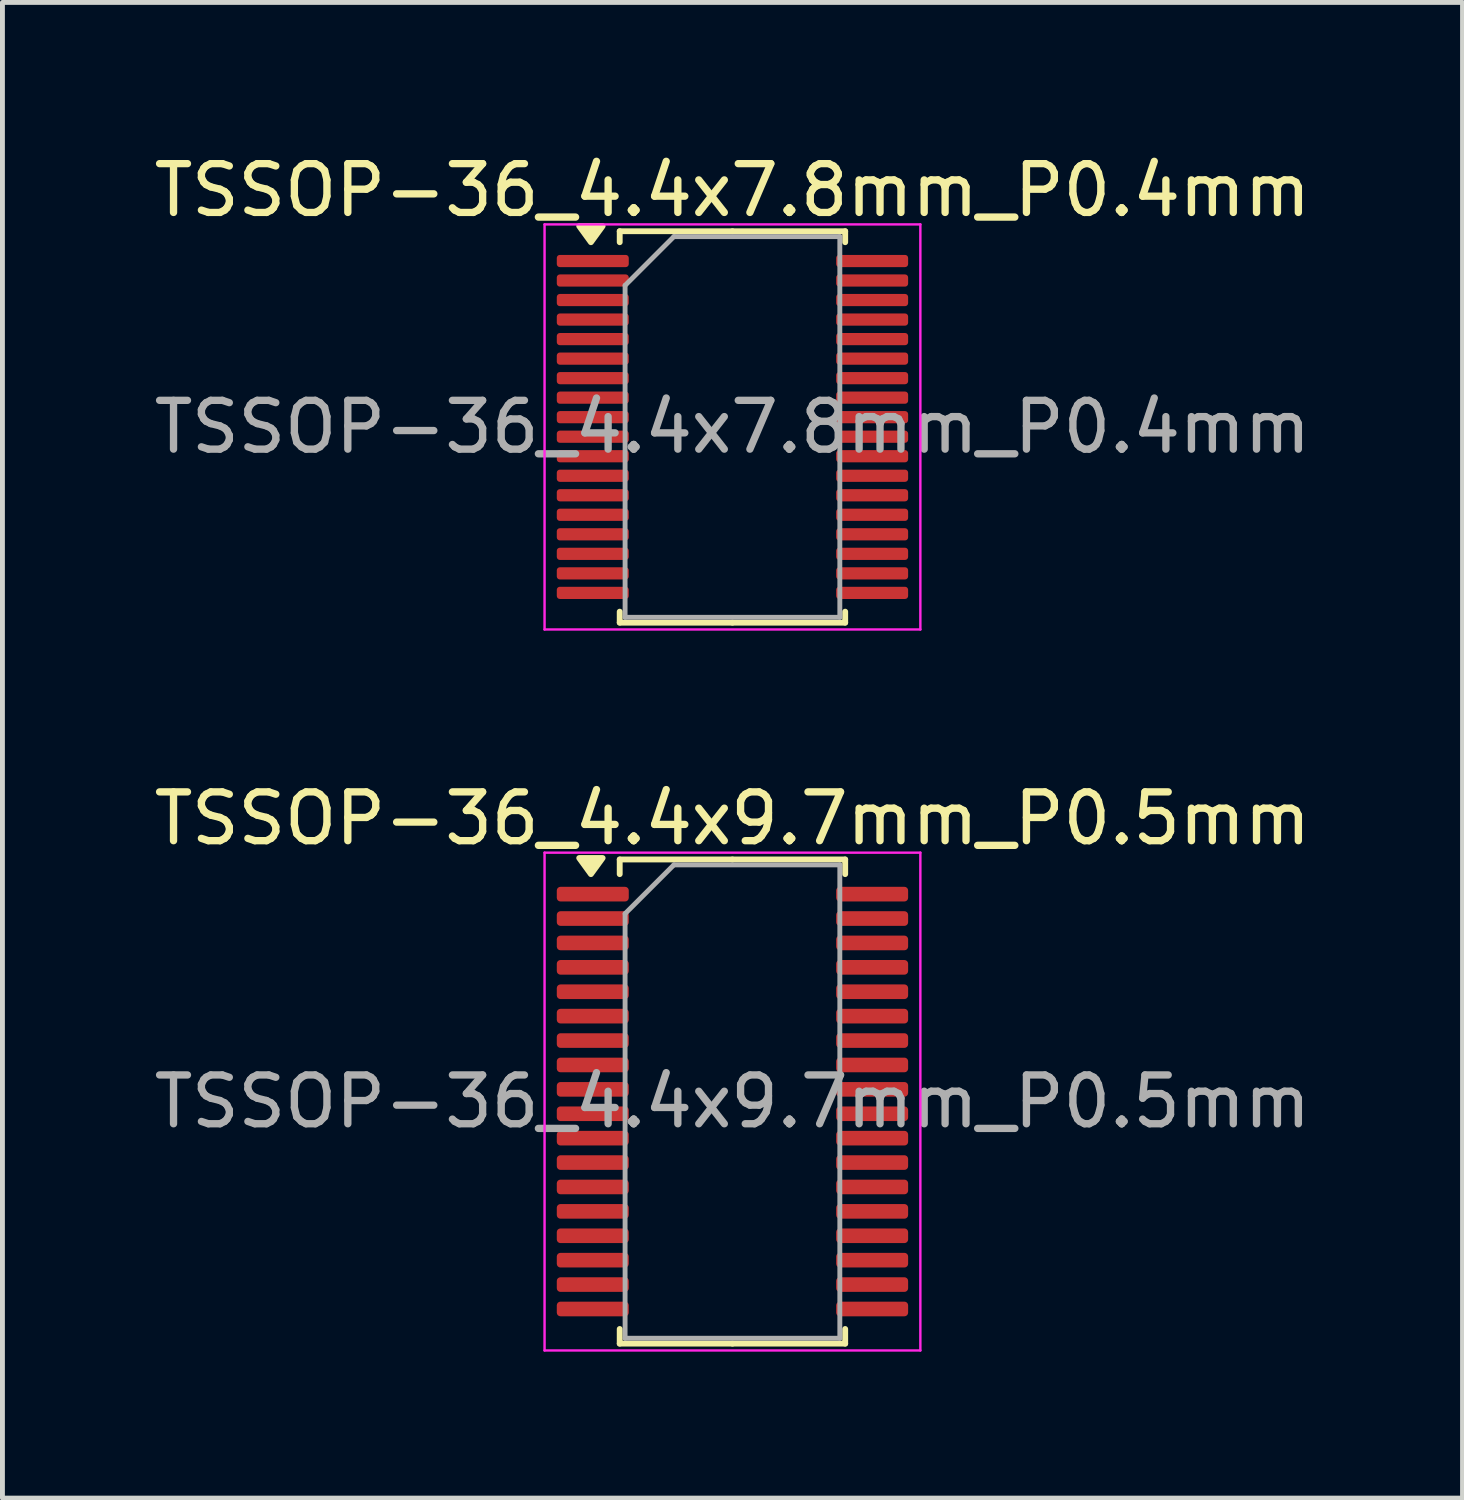
<source format=kicad_pcb>
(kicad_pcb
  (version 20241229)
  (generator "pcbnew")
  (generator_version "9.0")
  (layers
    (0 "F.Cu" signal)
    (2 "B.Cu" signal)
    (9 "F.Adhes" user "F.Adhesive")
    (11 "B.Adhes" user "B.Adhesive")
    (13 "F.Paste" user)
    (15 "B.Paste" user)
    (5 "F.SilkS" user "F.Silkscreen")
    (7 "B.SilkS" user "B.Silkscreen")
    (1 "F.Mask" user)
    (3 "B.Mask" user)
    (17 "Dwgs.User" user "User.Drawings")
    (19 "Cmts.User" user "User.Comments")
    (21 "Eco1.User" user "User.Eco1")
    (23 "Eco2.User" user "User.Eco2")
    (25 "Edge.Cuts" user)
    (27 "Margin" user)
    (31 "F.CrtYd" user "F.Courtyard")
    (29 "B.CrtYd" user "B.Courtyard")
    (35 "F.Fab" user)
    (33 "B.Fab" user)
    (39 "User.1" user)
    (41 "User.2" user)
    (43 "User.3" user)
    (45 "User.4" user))
  (footprint "TSSOP-36_4.4x9.7mm_P0.5mm"
    (layer "F.Cu")
    (at 11.958 19.521)
    (property "Reference" "TSSOP-36_4.4x9.7mm_P0.5mm" (at 0 -5.8 0) (layer "F.SilkS") (effects (font (size 1 1) (thickness 0.15))))
    (attr smd)
    (fp_line (start -2.31 -4.96) (end -2.31 -4.66) (stroke (width 0.12) (type solid)) (layer "F.SilkS"))
    (fp_line (start -2.31 4.96) (end -2.31 4.66) (stroke (width 0.12) (type solid)) (layer "F.SilkS"))
    (fp_line (start 0 -4.96) (end -2.31 -4.96) (stroke (width 0.12) (type solid)) (layer "F.SilkS"))
    (fp_line (start 0 -4.96) (end 2.31 -4.96) (stroke (width 0.12) (type solid)) (layer "F.SilkS"))
    (fp_line (start 0 4.96) (end -2.31 4.96) (stroke (width 0.12) (type solid)) (layer "F.SilkS"))
    (fp_line (start 0 4.96) (end 2.31 4.96) (stroke (width 0.12) (type solid)) (layer "F.SilkS"))
    (fp_line (start 2.31 -4.96) (end 2.31 -4.66) (stroke (width 0.12) (type solid)) (layer "F.SilkS"))
    (fp_line (start 2.31 4.96) (end 2.31 4.66) (stroke (width 0.12) (type solid)) (layer "F.SilkS"))
    (fp_poly (pts (xy -2.9 -4.66) (xy -3.14 -4.99) (xy -2.66 -4.99) (xy -2.9 -4.66)) (stroke (width 0.12) (type solid)) (fill yes) (layer "F.SilkS"))
    (fp_line (start -3.85 -5.1) (end -3.85 5.1) (stroke (width 0.05) (type solid)) (layer "F.CrtYd"))
    (fp_line (start -3.85 5.1) (end 3.85 5.1) (stroke (width 0.05) (type solid)) (layer "F.CrtYd"))
    (fp_line (start 3.85 -5.1) (end -3.85 -5.1) (stroke (width 0.05) (type solid)) (layer "F.CrtYd"))
    (fp_line (start 3.85 5.1) (end 3.85 -5.1) (stroke (width 0.05) (type solid)) (layer "F.CrtYd"))
    (fp_line (start -2.2 -3.85) (end -1.2 -4.85) (stroke (width 0.1) (type solid)) (layer "F.Fab"))
    (fp_line (start -2.2 4.85) (end -2.2 -3.85) (stroke (width 0.1) (type solid)) (layer "F.Fab"))
    (fp_line (start -1.2 -4.85) (end 2.2 -4.85) (stroke (width 0.1) (type solid)) (layer "F.Fab"))
    (fp_line (start 2.2 -4.85) (end 2.2 4.85) (stroke (width 0.1) (type solid)) (layer "F.Fab"))
    (fp_line (start 2.2 4.85) (end -2.2 4.85) (stroke (width 0.1) (type solid)) (layer "F.Fab"))
    (fp_text user "${REFERENCE}" (at 0 0 0) (layer "F.Fab") (effects (font (size 1 1) (thickness 0.15))))
    (pad "1" smd roundrect (at -2.862 -4.25) (size 1.475 0.3) (layers "F.Cu" "F.Mask" "F.Paste") (roundrect_rratio 0.25))
    (pad "2" smd roundrect (at -2.862 -3.75) (size 1.475 0.3) (layers "F.Cu" "F.Mask" "F.Paste") (roundrect_rratio 0.25))
    (pad "3" smd roundrect (at -2.862 -3.25) (size 1.475 0.3) (layers "F.Cu" "F.Mask" "F.Paste") (roundrect_rratio 0.25))
    (pad "4" smd roundrect (at -2.862 -2.75) (size 1.475 0.3) (layers "F.Cu" "F.Mask" "F.Paste") (roundrect_rratio 0.25))
    (pad "5" smd roundrect (at -2.862 -2.25) (size 1.475 0.3) (layers "F.Cu" "F.Mask" "F.Paste") (roundrect_rratio 0.25))
    (pad "6" smd roundrect (at -2.862 -1.75) (size 1.475 0.3) (layers "F.Cu" "F.Mask" "F.Paste") (roundrect_rratio 0.25))
    (pad "7" smd roundrect (at -2.862 -1.25) (size 1.475 0.3) (layers "F.Cu" "F.Mask" "F.Paste") (roundrect_rratio 0.25))
    (pad "8" smd roundrect (at -2.862 -0.75) (size 1.475 0.3) (layers "F.Cu" "F.Mask" "F.Paste") (roundrect_rratio 0.25))
    (pad "9" smd roundrect (at -2.862 -0.25) (size 1.475 0.3) (layers "F.Cu" "F.Mask" "F.Paste") (roundrect_rratio 0.25))
    (pad "10" smd roundrect (at -2.862 0.25) (size 1.475 0.3) (layers "F.Cu" "F.Mask" "F.Paste") (roundrect_rratio 0.25))
    (pad "11" smd roundrect (at -2.862 0.75) (size 1.475 0.3) (layers "F.Cu" "F.Mask" "F.Paste") (roundrect_rratio 0.25))
    (pad "12" smd roundrect (at -2.862 1.25) (size 1.475 0.3) (layers "F.Cu" "F.Mask" "F.Paste") (roundrect_rratio 0.25))
    (pad "13" smd roundrect (at -2.862 1.75) (size 1.475 0.3) (layers "F.Cu" "F.Mask" "F.Paste") (roundrect_rratio 0.25))
    (pad "14" smd roundrect (at -2.862 2.25) (size 1.475 0.3) (layers "F.Cu" "F.Mask" "F.Paste") (roundrect_rratio 0.25))
    (pad "15" smd roundrect (at -2.862 2.75) (size 1.475 0.3) (layers "F.Cu" "F.Mask" "F.Paste") (roundrect_rratio 0.25))
    (pad "16" smd roundrect (at -2.862 3.25) (size 1.475 0.3) (layers "F.Cu" "F.Mask" "F.Paste") (roundrect_rratio 0.25))
    (pad "17" smd roundrect (at -2.862 3.75) (size 1.475 0.3) (layers "F.Cu" "F.Mask" "F.Paste") (roundrect_rratio 0.25))
    (pad "18" smd roundrect (at -2.862 4.25) (size 1.475 0.3) (layers "F.Cu" "F.Mask" "F.Paste") (roundrect_rratio 0.25))
    (pad "19" smd roundrect (at 2.862 4.25) (size 1.475 0.3) (layers "F.Cu" "F.Mask" "F.Paste") (roundrect_rratio 0.25))
    (pad "20" smd roundrect (at 2.862 3.75) (size 1.475 0.3) (layers "F.Cu" "F.Mask" "F.Paste") (roundrect_rratio 0.25))
    (pad "21" smd roundrect (at 2.862 3.25) (size 1.475 0.3) (layers "F.Cu" "F.Mask" "F.Paste") (roundrect_rratio 0.25))
    (pad "22" smd roundrect (at 2.862 2.75) (size 1.475 0.3) (layers "F.Cu" "F.Mask" "F.Paste") (roundrect_rratio 0.25))
    (pad "23" smd roundrect (at 2.862 2.25) (size 1.475 0.3) (layers "F.Cu" "F.Mask" "F.Paste") (roundrect_rratio 0.25))
    (pad "24" smd roundrect (at 2.862 1.75) (size 1.475 0.3) (layers "F.Cu" "F.Mask" "F.Paste") (roundrect_rratio 0.25))
    (pad "25" smd roundrect (at 2.862 1.25) (size 1.475 0.3) (layers "F.Cu" "F.Mask" "F.Paste") (roundrect_rratio 0.25))
    (pad "26" smd roundrect (at 2.862 0.75) (size 1.475 0.3) (layers "F.Cu" "F.Mask" "F.Paste") (roundrect_rratio 0.25))
    (pad "27" smd roundrect (at 2.862 0.25) (size 1.475 0.3) (layers "F.Cu" "F.Mask" "F.Paste") (roundrect_rratio 0.25))
    (pad "28" smd roundrect (at 2.862 -0.25) (size 1.475 0.3) (layers "F.Cu" "F.Mask" "F.Paste") (roundrect_rratio 0.25))
    (pad "29" smd roundrect (at 2.862 -0.75) (size 1.475 0.3) (layers "F.Cu" "F.Mask" "F.Paste") (roundrect_rratio 0.25))
    (pad "30" smd roundrect (at 2.862 -1.25) (size 1.475 0.3) (layers "F.Cu" "F.Mask" "F.Paste") (roundrect_rratio 0.25))
    (pad "31" smd roundrect (at 2.862 -1.75) (size 1.475 0.3) (layers "F.Cu" "F.Mask" "F.Paste") (roundrect_rratio 0.25))
    (pad "32" smd roundrect (at 2.862 -2.25) (size 1.475 0.3) (layers "F.Cu" "F.Mask" "F.Paste") (roundrect_rratio 0.25))
    (pad "33" smd roundrect (at 2.862 -2.75) (size 1.475 0.3) (layers "F.Cu" "F.Mask" "F.Paste") (roundrect_rratio 0.25))
    (pad "34" smd roundrect (at 2.862 -3.25) (size 1.475 0.3) (layers "F.Cu" "F.Mask" "F.Paste") (roundrect_rratio 0.25))
    (pad "35" smd roundrect (at 2.862 -3.75) (size 1.475 0.3) (layers "F.Cu" "F.Mask" "F.Paste") (roundrect_rratio 0.25))
    (pad "36" smd roundrect (at 2.862 -4.25) (size 1.475 0.3) (layers "F.Cu" "F.Mask" "F.Paste") (roundrect_rratio 0.25)))
  (footprint "TSSOP-36_4.4x7.8mm_P0.4mm"
    (layer "F.Cu")
    (at 11.958 5.698)
    (property "Reference" "TSSOP-36_4.4x7.8mm_P0.4mm" (at 0 -4.85 0) (layer "F.SilkS") (effects (font (size 1 1) (thickness 0.15))))
    (attr smd)
    (fp_line (start -2.31 -4.01) (end -2.31 -3.785) (stroke (width 0.12) (type solid)) (layer "F.SilkS"))
    (fp_line (start -2.31 4.01) (end -2.31 3.785) (stroke (width 0.12) (type solid)) (layer "F.SilkS"))
    (fp_line (start 0 -4.01) (end -2.31 -4.01) (stroke (width 0.12) (type solid)) (layer "F.SilkS"))
    (fp_line (start 0 -4.01) (end 2.31 -4.01) (stroke (width 0.12) (type solid)) (layer "F.SilkS"))
    (fp_line (start 0 4.01) (end -2.31 4.01) (stroke (width 0.12) (type solid)) (layer "F.SilkS"))
    (fp_line (start 0 4.01) (end 2.31 4.01) (stroke (width 0.12) (type solid)) (layer "F.SilkS"))
    (fp_line (start 2.31 -4.01) (end 2.31 -3.785) (stroke (width 0.12) (type solid)) (layer "F.SilkS"))
    (fp_line (start 2.31 4.01) (end 2.31 3.785) (stroke (width 0.12) (type solid)) (layer "F.SilkS"))
    (fp_poly (pts (xy -2.9 -3.785) (xy -3.14 -4.115) (xy -2.66 -4.115) (xy -2.9 -3.785)) (stroke (width 0.12) (type solid)) (fill yes) (layer "F.SilkS"))
    (fp_line (start -3.85 -4.15) (end -3.85 4.15) (stroke (width 0.05) (type solid)) (layer "F.CrtYd"))
    (fp_line (start -3.85 4.15) (end 3.85 4.15) (stroke (width 0.05) (type solid)) (layer "F.CrtYd"))
    (fp_line (start 3.85 -4.15) (end -3.85 -4.15) (stroke (width 0.05) (type solid)) (layer "F.CrtYd"))
    (fp_line (start 3.85 4.15) (end 3.85 -4.15) (stroke (width 0.05) (type solid)) (layer "F.CrtYd"))
    (fp_line (start -2.2 -2.9) (end -1.2 -3.9) (stroke (width 0.1) (type solid)) (layer "F.Fab"))
    (fp_line (start -2.2 3.9) (end -2.2 -2.9) (stroke (width 0.1) (type solid)) (layer "F.Fab"))
    (fp_line (start -1.2 -3.9) (end 2.2 -3.9) (stroke (width 0.1) (type solid)) (layer "F.Fab"))
    (fp_line (start 2.2 -3.9) (end 2.2 3.9) (stroke (width 0.1) (type solid)) (layer "F.Fab"))
    (fp_line (start 2.2 3.9) (end -2.2 3.9) (stroke (width 0.1) (type solid)) (layer "F.Fab"))
    (fp_text user "${REFERENCE}" (at 0 0 0) (layer "F.Fab") (effects (font (size 1 1) (thickness 0.15))))
    (pad "1" smd roundrect (at -2.862 -3.4) (size 1.475 0.25) (layers "F.Cu" "F.Mask" "F.Paste") (roundrect_rratio 0.25))
    (pad "2" smd roundrect (at -2.862 -3) (size 1.475 0.25) (layers "F.Cu" "F.Mask" "F.Paste") (roundrect_rratio 0.25))
    (pad "3" smd roundrect (at -2.862 -2.6) (size 1.475 0.25) (layers "F.Cu" "F.Mask" "F.Paste") (roundrect_rratio 0.25))
    (pad "4" smd roundrect (at -2.862 -2.2) (size 1.475 0.25) (layers "F.Cu" "F.Mask" "F.Paste") (roundrect_rratio 0.25))
    (pad "5" smd roundrect (at -2.862 -1.8) (size 1.475 0.25) (layers "F.Cu" "F.Mask" "F.Paste") (roundrect_rratio 0.25))
    (pad "6" smd roundrect (at -2.862 -1.4) (size 1.475 0.25) (layers "F.Cu" "F.Mask" "F.Paste") (roundrect_rratio 0.25))
    (pad "7" smd roundrect (at -2.862 -1) (size 1.475 0.25) (layers "F.Cu" "F.Mask" "F.Paste") (roundrect_rratio 0.25))
    (pad "8" smd roundrect (at -2.862 -0.6) (size 1.475 0.25) (layers "F.Cu" "F.Mask" "F.Paste") (roundrect_rratio 0.25))
    (pad "9" smd roundrect (at -2.862 -0.2) (size 1.475 0.25) (layers "F.Cu" "F.Mask" "F.Paste") (roundrect_rratio 0.25))
    (pad "10" smd roundrect (at -2.862 0.2) (size 1.475 0.25) (layers "F.Cu" "F.Mask" "F.Paste") (roundrect_rratio 0.25))
    (pad "11" smd roundrect (at -2.862 0.6) (size 1.475 0.25) (layers "F.Cu" "F.Mask" "F.Paste") (roundrect_rratio 0.25))
    (pad "12" smd roundrect (at -2.862 1) (size 1.475 0.25) (layers "F.Cu" "F.Mask" "F.Paste") (roundrect_rratio 0.25))
    (pad "13" smd roundrect (at -2.862 1.4) (size 1.475 0.25) (layers "F.Cu" "F.Mask" "F.Paste") (roundrect_rratio 0.25))
    (pad "14" smd roundrect (at -2.862 1.8) (size 1.475 0.25) (layers "F.Cu" "F.Mask" "F.Paste") (roundrect_rratio 0.25))
    (pad "15" smd roundrect (at -2.862 2.2) (size 1.475 0.25) (layers "F.Cu" "F.Mask" "F.Paste") (roundrect_rratio 0.25))
    (pad "16" smd roundrect (at -2.862 2.6) (size 1.475 0.25) (layers "F.Cu" "F.Mask" "F.Paste") (roundrect_rratio 0.25))
    (pad "17" smd roundrect (at -2.862 3) (size 1.475 0.25) (layers "F.Cu" "F.Mask" "F.Paste") (roundrect_rratio 0.25))
    (pad "18" smd roundrect (at -2.862 3.4) (size 1.475 0.25) (layers "F.Cu" "F.Mask" "F.Paste") (roundrect_rratio 0.25))
    (pad "19" smd roundrect (at 2.862 3.4) (size 1.475 0.25) (layers "F.Cu" "F.Mask" "F.Paste") (roundrect_rratio 0.25))
    (pad "20" smd roundrect (at 2.862 3) (size 1.475 0.25) (layers "F.Cu" "F.Mask" "F.Paste") (roundrect_rratio 0.25))
    (pad "21" smd roundrect (at 2.862 2.6) (size 1.475 0.25) (layers "F.Cu" "F.Mask" "F.Paste") (roundrect_rratio 0.25))
    (pad "22" smd roundrect (at 2.862 2.2) (size 1.475 0.25) (layers "F.Cu" "F.Mask" "F.Paste") (roundrect_rratio 0.25))
    (pad "23" smd roundrect (at 2.862 1.8) (size 1.475 0.25) (layers "F.Cu" "F.Mask" "F.Paste") (roundrect_rratio 0.25))
    (pad "24" smd roundrect (at 2.862 1.4) (size 1.475 0.25) (layers "F.Cu" "F.Mask" "F.Paste") (roundrect_rratio 0.25))
    (pad "25" smd roundrect (at 2.862 1) (size 1.475 0.25) (layers "F.Cu" "F.Mask" "F.Paste") (roundrect_rratio 0.25))
    (pad "26" smd roundrect (at 2.862 0.6) (size 1.475 0.25) (layers "F.Cu" "F.Mask" "F.Paste") (roundrect_rratio 0.25))
    (pad "27" smd roundrect (at 2.862 0.2) (size 1.475 0.25) (layers "F.Cu" "F.Mask" "F.Paste") (roundrect_rratio 0.25))
    (pad "28" smd roundrect (at 2.862 -0.2) (size 1.475 0.25) (layers "F.Cu" "F.Mask" "F.Paste") (roundrect_rratio 0.25))
    (pad "29" smd roundrect (at 2.862 -0.6) (size 1.475 0.25) (layers "F.Cu" "F.Mask" "F.Paste") (roundrect_rratio 0.25))
    (pad "30" smd roundrect (at 2.862 -1) (size 1.475 0.25) (layers "F.Cu" "F.Mask" "F.Paste") (roundrect_rratio 0.25))
    (pad "31" smd roundrect (at 2.862 -1.4) (size 1.475 0.25) (layers "F.Cu" "F.Mask" "F.Paste") (roundrect_rratio 0.25))
    (pad "32" smd roundrect (at 2.862 -1.8) (size 1.475 0.25) (layers "F.Cu" "F.Mask" "F.Paste") (roundrect_rratio 0.25))
    (pad "33" smd roundrect (at 2.862 -2.2) (size 1.475 0.25) (layers "F.Cu" "F.Mask" "F.Paste") (roundrect_rratio 0.25))
    (pad "34" smd roundrect (at 2.862 -2.6) (size 1.475 0.25) (layers "F.Cu" "F.Mask" "F.Paste") (roundrect_rratio 0.25))
    (pad "35" smd roundrect (at 2.862 -3) (size 1.475 0.25) (layers "F.Cu" "F.Mask" "F.Paste") (roundrect_rratio 0.25))
    (pad "36" smd roundrect (at 2.862 -3.4) (size 1.475 0.25) (layers "F.Cu" "F.Mask" "F.Paste") (roundrect_rratio 0.25)))
  (gr_rect
    (start -3 -3)
    (end 26.917 27.646)
    (stroke (width 0.1) (type default))
    (fill no)
    (layer "Edge.Cuts")))
</source>
